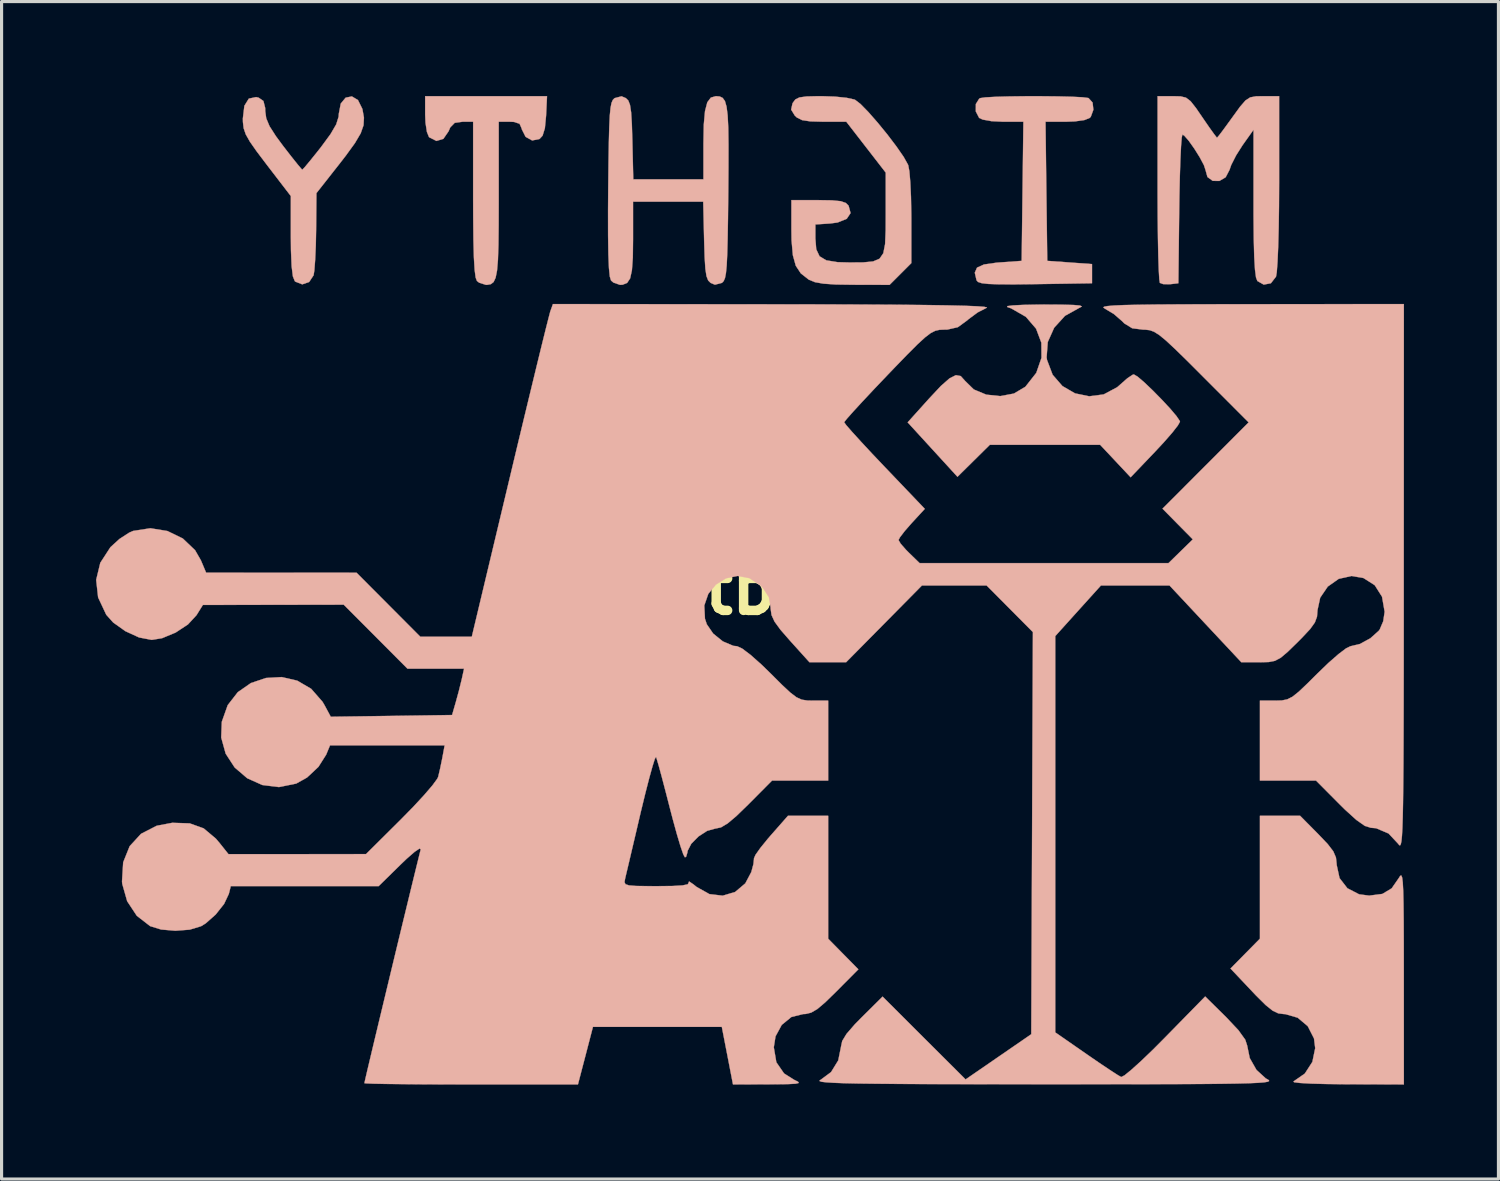
<source format=kicad_pcb>
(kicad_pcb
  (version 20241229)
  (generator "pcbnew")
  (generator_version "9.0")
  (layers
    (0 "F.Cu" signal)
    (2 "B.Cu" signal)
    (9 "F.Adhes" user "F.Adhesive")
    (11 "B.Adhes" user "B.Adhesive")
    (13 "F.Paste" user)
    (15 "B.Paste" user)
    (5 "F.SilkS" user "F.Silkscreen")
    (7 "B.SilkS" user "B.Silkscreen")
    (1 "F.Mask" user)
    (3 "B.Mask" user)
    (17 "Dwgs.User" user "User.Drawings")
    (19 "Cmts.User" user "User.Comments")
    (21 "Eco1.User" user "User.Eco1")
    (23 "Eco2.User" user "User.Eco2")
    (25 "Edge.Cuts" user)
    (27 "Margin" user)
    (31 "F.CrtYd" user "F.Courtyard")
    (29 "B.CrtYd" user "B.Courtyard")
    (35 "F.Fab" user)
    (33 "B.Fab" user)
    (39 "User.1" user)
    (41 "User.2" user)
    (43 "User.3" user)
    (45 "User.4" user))
  (footprint "testback"
    (layer "F.Cu")
    (at 20.718 15.651)
    (property "Reference" "testback" (at 0 0 0) (layer "F.SilkS") (effects (font (size 1.524 1.524) (thickness 0.3))))
    (attr through_hole)
    (fp_poly (pts (xy -6.421 -15.022) (xy -6.459 -14.627) (xy -6.532 -14.391) (xy -6.629 -14.286) (xy -6.862 -14.239) (xy -7.071 -14.354) (xy -7.192 -14.594) (xy -7.195 -14.615) (xy -7.262 -14.769) (xy -7.438 -14.828) (xy -7.576 -14.834) (xy -7.925 -14.834) (xy -7.925 -12.365) (xy -7.927 -11.551) (xy -7.934 -10.918) (xy -7.95 -10.443) (xy -7.979 -10.104) (xy -8.024 -9.878) (xy -8.088 -9.742) (xy -8.174 -9.675) (xy -8.286 -9.653) (xy -8.331 -9.652) (xy -8.545 -9.72) (xy -8.616 -9.774) (xy -8.658 -9.883) (xy -8.69 -10.128) (xy -8.714 -10.521) (xy -8.729 -11.079) (xy -8.736 -11.817) (xy -8.738 -12.365) (xy -8.738 -14.834) (xy -9.071 -14.834) (xy -9.323 -14.799) (xy -9.465 -14.654) (xy -9.519 -14.529) (xy -9.684 -14.29) (xy -9.905 -14.224) (xy -10.136 -14.342) (xy -10.14 -14.346) (xy -10.206 -14.509) (xy -10.251 -14.802) (xy -10.262 -15.057) (xy -10.262 -15.646) (xy -6.391 -15.646) (xy -6.421 -15.022)) (stroke (width 0.01) (type solid)) (fill yes) (layer "B.SilkS"))
    (fp_poly (pts (xy 9.839 -15.639) (xy 10.284 -15.628) (xy 10.621 -15.611) (xy 10.803 -15.588) (xy 10.812 -15.585) (xy 10.94 -15.443) (xy 10.965 -15.215) (xy 10.884 -14.994) (xy 10.851 -14.956) (xy 10.686 -14.889) (xy 10.381 -14.845) (xy 10.087 -14.834) (xy 9.445 -14.834) (xy 9.472 -12.624) (xy 9.5 -10.414) (xy 10.922 -10.312) (xy 10.922 -9.703) (xy 9.116 -9.675) (xy 8.454 -9.667) (xy 7.968 -9.669) (xy 7.632 -9.681) (xy 7.419 -9.705) (xy 7.301 -9.744) (xy 7.254 -9.796) (xy 7.198 -10.038) (xy 7.269 -10.199) (xy 7.49 -10.299) (xy 7.886 -10.356) (xy 7.977 -10.363) (xy 8.687 -10.414) (xy 8.742 -14.834) (xy 8.1 -14.834) (xy 7.731 -14.852) (xy 7.451 -14.902) (xy 7.336 -14.956) (xy 7.23 -15.162) (xy 7.232 -15.397) (xy 7.338 -15.566) (xy 7.374 -15.585) (xy 7.537 -15.608) (xy 7.859 -15.626) (xy 8.295 -15.638) (xy 8.799 -15.644) (xy 9.329 -15.644) (xy 9.839 -15.639)) (stroke (width 0.01) (type solid)) (fill yes) (layer "B.SilkS"))
    (fp_poly (pts (xy 18.113 7.801) (xy 18.411 8.114) (xy 18.587 8.344) (xy 18.671 8.54) (xy 18.694 8.753) (xy 18.694 8.774) (xy 18.785 9.194) (xy 19.034 9.516) (xy 19.408 9.709) (xy 19.728 9.75) (xy 20.146 9.696) (xy 20.442 9.518) (xy 20.673 9.185) (xy 20.714 9.12) (xy 20.748 9.111) (xy 20.774 9.177) (xy 20.794 9.336) (xy 20.808 9.605) (xy 20.817 10.003) (xy 20.823 10.548) (xy 20.826 11.256) (xy 20.827 12.147) (xy 20.827 12.319) (xy 20.828 15.748) (xy 18.974 15.742) (xy 18.372 15.735) (xy 17.884 15.722) (xy 17.532 15.702) (xy 17.34 15.678) (xy 17.323 15.652) (xy 17.682 15.403) (xy 17.922 15.032) (xy 18.012 14.596) (xy 17.974 14.288) (xy 17.776 13.899) (xy 17.455 13.628) (xy 17.061 13.514) (xy 17.017 13.513) (xy 16.838 13.49) (xy 16.657 13.403) (xy 16.436 13.225) (xy 16.136 12.928) (xy 16.005 12.789) (xy 15.322 12.066) (xy 15.789 11.592) (xy 16.256 11.118) (xy 16.256 7.214) (xy 17.532 7.214) (xy 18.113 7.801)) (stroke (width 0.01) (type solid)) (fill yes) (layer "B.SilkS"))
    (fp_poly (pts (xy -12.397 -15.523) (xy -12.258 -15.243) (xy -12.254 -15.227) (xy -12.207 -14.963) (xy -12.22 -14.722) (xy -12.31 -14.466) (xy -12.493 -14.156) (xy -12.785 -13.753) (xy -13.004 -13.471) (xy -13.716 -12.566) (xy -13.726 -11.388) (xy -13.736 -10.894) (xy -13.756 -10.454) (xy -13.781 -10.12) (xy -13.806 -9.957) (xy -13.947 -9.744) (xy -14.165 -9.668) (xy -14.386 -9.754) (xy -14.403 -9.77) (xy -14.464 -9.922) (xy -14.504 -10.245) (xy -14.525 -10.75) (xy -14.529 -11.184) (xy -14.529 -12.473) (xy -15.291 -13.465) (xy -15.614 -13.892) (xy -15.83 -14.201) (xy -15.961 -14.433) (xy -16.028 -14.628) (xy -16.051 -14.827) (xy -16.053 -14.938) (xy -16.005 -15.34) (xy -15.864 -15.568) (xy -15.633 -15.617) (xy -15.55 -15.597) (xy -15.4 -15.493) (xy -15.344 -15.271) (xy -15.342 -15.168) (xy -15.311 -14.943) (xy -15.206 -14.692) (xy -15.001 -14.372) (xy -14.769 -14.058) (xy -14.516 -13.732) (xy -14.313 -13.478) (xy -14.189 -13.332) (xy -14.165 -13.31) (xy -14.093 -13.384) (xy -13.927 -13.583) (xy -13.695 -13.871) (xy -13.569 -14.031) (xy -13.267 -14.442) (xy -13.088 -14.749) (xy -13.011 -14.993) (xy -13.005 -15.086) (xy -12.943 -15.41) (xy -12.788 -15.598) (xy -12.59 -15.638) (xy -12.397 -15.523)) (stroke (width 0.01) (type solid)) (fill yes) (layer "B.SilkS"))
    (fp_poly (pts (xy 9.958 -9.023) (xy 10.333 -9.013) (xy 10.541 -8.995) (xy 10.599 -8.965) (xy 10.527 -8.924) (xy 10.516 -8.92) (xy 10.063 -8.668) (xy 9.72 -8.291) (xy 9.516 -7.836) (xy 9.48 -7.35) (xy 9.492 -7.268) (xy 9.67 -6.797) (xy 9.981 -6.438) (xy 10.382 -6.205) (xy 10.833 -6.112) (xy 11.294 -6.172) (xy 11.721 -6.4) (xy 11.825 -6.491) (xy 12.043 -6.683) (xy 12.211 -6.795) (xy 12.25 -6.807) (xy 12.37 -6.737) (xy 12.584 -6.554) (xy 12.854 -6.296) (xy 13.14 -6.005) (xy 13.405 -5.72) (xy 13.607 -5.481) (xy 13.71 -5.327) (xy 13.716 -5.305) (xy 13.649 -5.185) (xy 13.469 -4.955) (xy 13.203 -4.65) (xy 12.932 -4.359) (xy 12.149 -3.539) (xy 11.664 -4.056) (xy 11.179 -4.572) (xy 7.677 -4.572) (xy 6.648 -3.555) (xy 5.066 -5.284) (xy 5.751 -6.045) (xy 6.121 -6.44) (xy 6.395 -6.681) (xy 6.597 -6.783) (xy 6.751 -6.755) (xy 6.881 -6.611) (xy 6.883 -6.607) (xy 7.167 -6.329) (xy 7.563 -6.164) (xy 8.008 -6.118) (xy 8.441 -6.199) (xy 8.801 -6.412) (xy 8.804 -6.414) (xy 9.151 -6.855) (xy 9.317 -7.334) (xy 9.313 -7.814) (xy 9.145 -8.26) (xy 8.822 -8.636) (xy 8.352 -8.906) (xy 8.233 -8.947) (xy 8.228 -8.976) (xy 8.404 -8.999) (xy 8.737 -9.016) (xy 9.205 -9.025) (xy 9.398 -9.026) (xy 9.958 -9.023)) (stroke (width 0.01) (type solid)) (fill yes) (layer "B.SilkS"))
    (fp_poly (pts (xy -0.905 -15.636) (xy -0.811 -15.591) (xy -0.739 -15.491) (xy -0.688 -15.313) (xy -0.653 -15.037) (xy -0.633 -14.642) (xy -0.626 -14.105) (xy -0.627 -13.406) (xy -0.633 -12.597) (xy -0.642 -11.769) (xy -0.653 -11.12) (xy -0.666 -10.629) (xy -0.683 -10.272) (xy -0.707 -10.025) (xy -0.738 -9.866) (xy -0.779 -9.772) (xy -0.83 -9.719) (xy -0.838 -9.714) (xy -1.057 -9.657) (xy -1.194 -9.714) (xy -1.271 -9.791) (xy -1.325 -9.929) (xy -1.361 -10.166) (xy -1.384 -10.536) (xy -1.4 -11.06) (xy -1.429 -12.294) (xy -3.658 -12.294) (xy -3.658 -11.095) (xy -3.665 -10.518) (xy -3.694 -10.116) (xy -3.751 -9.857) (xy -3.846 -9.714) (xy -3.987 -9.657) (xy -4.072 -9.652) (xy -4.282 -9.725) (xy -4.358 -9.791) (xy -4.396 -9.914) (xy -4.424 -10.187) (xy -4.442 -10.62) (xy -4.451 -11.225) (xy -4.452 -12.015) (xy -4.447 -12.701) (xy -4.438 -13.53) (xy -4.427 -14.178) (xy -4.414 -14.669) (xy -4.397 -15.027) (xy -4.373 -15.273) (xy -4.342 -15.432) (xy -4.301 -15.526) (xy -4.25 -15.579) (xy -4.242 -15.584) (xy -4.023 -15.642) (xy -3.886 -15.584) (xy -3.809 -15.508) (xy -3.755 -15.369) (xy -3.719 -15.132) (xy -3.696 -14.763) (xy -3.68 -14.239) (xy -3.651 -13.005) (xy -1.422 -13.005) (xy -1.422 -14.129) (xy -1.411 -14.74) (xy -1.372 -15.172) (xy -1.299 -15.452) (xy -1.186 -15.601) (xy -1.026 -15.646) (xy -1.025 -15.646) (xy -0.905 -15.636)) (stroke (width 0.01) (type solid)) (fill yes) (layer "B.SilkS"))
    (fp_poly (pts (xy 2.755 -15.632) (xy 3.124 -15.594) (xy 3.372 -15.54) (xy 3.395 -15.53) (xy 3.565 -15.4) (xy 3.815 -15.145) (xy 4.112 -14.806) (xy 4.421 -14.428) (xy 4.707 -14.051) (xy 4.937 -13.719) (xy 5.075 -13.473) (xy 5.084 -13.451) (xy 5.12 -13.258) (xy 5.15 -12.907) (xy 5.171 -12.444) (xy 5.181 -11.915) (xy 5.182 -11.769) (xy 5.182 -10.343) (xy 4.491 -9.652) (xy 3.338 -9.655) (xy 2.782 -9.663) (xy 2.389 -9.69) (xy 2.119 -9.738) (xy 1.932 -9.814) (xy 1.912 -9.827) (xy 1.672 -10.016) (xy 1.512 -10.258) (xy 1.419 -10.593) (xy 1.377 -11.065) (xy 1.372 -11.419) (xy 1.372 -12.344) (xy 2.224 -12.344) (xy 2.661 -12.337) (xy 2.939 -12.31) (xy 3.101 -12.254) (xy 3.189 -12.167) (xy 3.252 -11.933) (xy 3.13 -11.75) (xy 2.84 -11.633) (xy 2.606 -11.602) (xy 2.134 -11.571) (xy 2.134 -11.127) (xy 2.161 -10.784) (xy 2.266 -10.56) (xy 2.48 -10.431) (xy 2.838 -10.373) (xy 3.214 -10.363) (xy 3.656 -10.366) (xy 3.968 -10.396) (xy 4.173 -10.483) (xy 4.292 -10.657) (xy 4.349 -10.948) (xy 4.367 -11.386) (xy 4.369 -11.896) (xy 4.369 -13.218) (xy 3.743 -14.026) (xy 3.117 -14.834) (xy 2.387 -14.834) (xy 1.976 -14.845) (xy 1.713 -14.885) (xy 1.547 -14.967) (xy 1.481 -15.028) (xy 1.364 -15.219) (xy 1.407 -15.414) (xy 1.418 -15.435) (xy 1.498 -15.542) (xy 1.628 -15.606) (xy 1.854 -15.637) (xy 2.226 -15.646) (xy 2.336 -15.646) (xy 2.755 -15.632)) (stroke (width 0.01) (type solid)) (fill yes) (layer "B.SilkS"))
    (fp_poly (pts (xy 13.734 -15.64) (xy 13.906 -15.599) (xy 14.053 -15.487) (xy 14.224 -15.27) (xy 14.419 -14.986) (xy 14.632 -14.676) (xy 14.798 -14.444) (xy 14.886 -14.331) (xy 14.892 -14.326) (xy 14.959 -14.402) (xy 15.112 -14.605) (xy 15.324 -14.896) (xy 15.389 -14.986) (xy 15.627 -15.314) (xy 15.797 -15.51) (xy 15.948 -15.608) (xy 16.132 -15.642) (xy 16.363 -15.646) (xy 16.866 -15.646) (xy 16.866 -12.91) (xy 16.862 -12.152) (xy 16.852 -11.459) (xy 16.836 -10.86) (xy 16.815 -10.383) (xy 16.791 -10.055) (xy 16.767 -9.913) (xy 16.604 -9.703) (xy 16.377 -9.66) (xy 16.175 -9.774) (xy 16.132 -9.886) (xy 16.099 -10.136) (xy 16.075 -10.539) (xy 16.06 -11.108) (xy 16.053 -11.86) (xy 16.053 -12.237) (xy 16.053 -14.579) (xy 15.703 -14.087) (xy 15.499 -13.765) (xy 15.344 -13.46) (xy 15.29 -13.305) (xy 15.167 -13.07) (xy 14.969 -12.953) (xy 14.756 -12.956) (xy 14.589 -13.078) (xy 14.529 -13.295) (xy 14.477 -13.454) (xy 14.345 -13.702) (xy 14.172 -13.979) (xy 13.995 -14.229) (xy 13.851 -14.393) (xy 13.794 -14.427) (xy 13.772 -14.33) (xy 13.75 -14.058) (xy 13.73 -13.64) (xy 13.712 -13.103) (xy 13.698 -12.475) (xy 13.692 -12.065) (xy 13.665 -9.703) (xy 13.407 -9.673) (xy 13.185 -9.675) (xy 13.077 -9.715) (xy 13.059 -9.832) (xy 13.042 -10.125) (xy 13.027 -10.569) (xy 13.016 -11.138) (xy 13.008 -11.806) (xy 13.005 -12.546) (xy 13.005 -12.717) (xy 13.005 -15.646) (xy 13.488 -15.646) (xy 13.734 -15.64)) (stroke (width 0.01) (type solid)) (fill yes) (layer "B.SilkS"))
    (fp_poly (pts (xy 20.825 -0.33) (xy 20.825 1.202) (xy 20.824 2.542) (xy 20.822 3.704) (xy 20.819 4.699) (xy 20.815 5.54) (xy 20.809 6.238) (xy 20.802 6.805) (xy 20.793 7.254) (xy 20.782 7.598) (xy 20.768 7.847) (xy 20.752 8.015) (xy 20.732 8.113) (xy 20.71 8.153) (xy 20.684 8.149) (xy 20.654 8.111) (xy 20.653 8.109) (xy 20.343 7.777) (xy 19.947 7.609) (xy 19.78 7.595) (xy 19.589 7.535) (xy 19.321 7.347) (xy 18.957 7.017) (xy 18.783 6.845) (xy 18.039 6.096) (xy 17.148 6.096) (xy 16.256 6.096) (xy 16.256 3.556) (xy 16.741 3.556) (xy 16.952 3.55) (xy 17.122 3.516) (xy 17.291 3.431) (xy 17.494 3.268) (xy 17.771 3.005) (xy 18.085 2.692) (xy 18.435 2.355) (xy 18.749 2.08) (xy 18.993 1.895) (xy 19.129 1.829) (xy 19.433 1.756) (xy 19.765 1.575) (xy 20.029 1.339) (xy 20.06 1.299) (xy 20.173 1.034) (xy 20.218 0.733) (xy 20.135 0.255) (xy 19.903 -0.111) (xy 19.545 -0.339) (xy 19.167 -0.404) (xy 18.759 -0.313) (xy 18.41 -0.067) (xy 18.17 0.286) (xy 18.085 0.679) (xy 18.069 0.888) (xy 18.001 1.073) (xy 17.852 1.281) (xy 17.593 1.558) (xy 17.447 1.705) (xy 17.137 2.007) (xy 16.917 2.193) (xy 16.734 2.291) (xy 16.533 2.33) (xy 16.262 2.337) (xy 16.237 2.337) (xy 15.666 2.337) (xy 14.525 1.118) (xy 13.384 -0.102) (xy 11.205 -0.102) (xy 10.479 0.702) (xy 9.754 1.506) (xy 9.754 14.094) (xy 10.743 14.781) (xy 11.14 15.054) (xy 11.483 15.284) (xy 11.733 15.446) (xy 11.85 15.513) (xy 11.956 15.459) (xy 12.176 15.279) (xy 12.488 14.997) (xy 12.865 14.635) (xy 13.242 14.256) (xy 14.517 12.954) (xy 15.183 13.611) (xy 15.57 14.022) (xy 15.79 14.327) (xy 15.85 14.511) (xy 15.932 14.91) (xy 16.146 15.287) (xy 16.443 15.558) (xy 16.492 15.584) (xy 16.541 15.614) (xy 16.548 15.64) (xy 16.501 15.663) (xy 16.386 15.682) (xy 16.191 15.697) (xy 15.903 15.71) (xy 15.509 15.72) (xy 14.996 15.728) (xy 14.351 15.734) (xy 13.561 15.738) (xy 12.614 15.74) (xy 11.497 15.741) (xy 10.196 15.742) (xy 9.398 15.742) (xy 7.981 15.741) (xy 6.755 15.739) (xy 5.708 15.737) (xy 4.826 15.732) (xy 4.099 15.726) (xy 3.512 15.719) (xy 3.055 15.709) (xy 2.715 15.696) (xy 2.478 15.681) (xy 2.334 15.664) (xy 2.269 15.642) (xy 2.271 15.618) (xy 2.305 15.599) (xy 2.632 15.356) (xy 2.86 14.986) (xy 2.946 14.561) (xy 2.946 14.556) (xy 2.987 14.367) (xy 3.124 14.142) (xy 3.381 13.845) (xy 3.608 13.614) (xy 4.269 12.958) (xy 5.587 14.274) (xy 6.906 15.589) (xy 7.949 14.871) (xy 8.992 14.153) (xy 9.018 7.765) (xy 9.044 1.378) (xy 8.309 0.638) (xy 7.574 -0.102) (xy 5.519 -0.102) (xy 4.314 1.118) (xy 3.109 2.337) (xy 1.947 2.337) (xy 1.329 1.652) (xy 1.023 1.301) (xy 0.836 1.044) (xy 0.741 0.836) (xy 0.712 0.631) (xy 0.711 0.593) (xy 0.659 0.27) (xy 0.474 -0.014) (xy 0.399 -0.094) (xy 0.041 -0.335) (xy -0.338 -0.406) (xy -0.706 -0.33) (xy -1.027 -0.131) (xy -1.268 0.165) (xy -1.395 0.534) (xy -1.374 0.953) (xy -1.315 1.131) (xy -1.112 1.427) (xy -0.805 1.674) (xy -0.473 1.815) (xy -0.353 1.828) (xy -0.192 1.901) (xy 0.078 2.105) (xy 0.429 2.417) (xy 0.711 2.692) (xy 1.078 3.058) (xy 1.34 3.302) (xy 1.535 3.45) (xy 1.701 3.525) (xy 1.876 3.552) (xy 2.055 3.556) (xy 2.54 3.556) (xy 2.54 6.096) (xy 1.648 6.096) (xy 0.757 6.096) (xy 0 6.858) (xy -0.377 7.224) (xy -0.654 7.457) (xy -0.864 7.582) (xy -1.039 7.62) (xy -1.047 7.62) (xy -1.304 7.692) (xy -1.58 7.871) (xy -1.809 8.103) (xy -1.926 8.33) (xy -1.93 8.374) (xy -1.972 8.514) (xy -2.01 8.534) (xy -2.061 8.441) (xy -2.15 8.184) (xy -2.266 7.796) (xy -2.399 7.311) (xy -2.484 6.985) (xy -2.622 6.449) (xy -2.745 5.98) (xy -2.844 5.617) (xy -2.91 5.394) (xy -2.928 5.343) (xy -2.966 5.407) (xy -3.04 5.641) (xy -3.144 6.016) (xy -3.269 6.503) (xy -3.408 7.075) (xy -3.419 7.121) (xy -3.56 7.724) (xy -3.689 8.271) (xy -3.796 8.727) (xy -3.874 9.056) (xy -3.912 9.22) (xy -3.929 9.322) (xy -3.899 9.387) (xy -3.788 9.425) (xy -3.562 9.443) (xy -3.187 9.448) (xy -2.892 9.449) (xy -2.4 9.444) (xy -2.085 9.425) (xy -1.923 9.391) (xy -1.887 9.338) (xy -1.894 9.322) (xy -1.875 9.301) (xy -1.738 9.394) (xy -1.639 9.474) (xy -1.232 9.702) (xy -0.81 9.752) (xy -0.415 9.634) (xy -0.092 9.361) (xy 0.098 9.002) (xy 0.166 8.749) (xy 0.184 8.58) (xy 0.182 8.569) (xy 0.231 8.456) (xy 0.387 8.235) (xy 0.621 7.947) (xy 0.708 7.846) (xy 1.264 7.214) (xy 2.54 7.214) (xy 2.54 11.118) (xy 3.019 11.605) (xy 3.499 12.092) (xy 2.793 12.802) (xy 2.447 13.14) (xy 2.196 13.353) (xy 2 13.467) (xy 1.82 13.51) (xy 1.745 13.513) (xy 1.371 13.606) (xy 1.066 13.856) (xy 0.868 14.22) (xy 0.813 14.568) (xy 0.894 15.044) (xy 1.139 15.399) (xy 1.461 15.602) (xy 1.583 15.662) (xy 1.607 15.701) (xy 1.51 15.725) (xy 1.266 15.738) (xy 0.852 15.743) (xy 0.648 15.744) (xy -0.483 15.748) (xy -0.66 14.834) (xy -0.838 13.919) (xy -4.932 13.919) (xy -5.17 14.834) (xy -5.409 15.748) (xy -8.801 15.748) (xy -9.608 15.747) (xy -10.346 15.744) (xy -10.992 15.738) (xy -11.523 15.732) (xy -11.914 15.724) (xy -12.142 15.714) (xy -12.192 15.708) (xy -12.169 15.602) (xy -12.105 15.325) (xy -12.005 14.904) (xy -11.877 14.366) (xy -11.726 13.736) (xy -11.559 13.042) (xy -11.383 12.31) (xy -11.204 11.566) (xy -11.028 10.838) (xy -10.861 10.151) (xy -10.711 9.533) (xy -10.583 9.009) (xy -10.484 8.607) (xy -10.421 8.353) (xy -10.402 8.28) (xy -10.439 8.253) (xy -10.595 8.358) (xy -10.849 8.579) (xy -11.041 8.763) (xy -11.74 9.449) (xy -16.437 9.449) (xy -16.499 9.695) (xy -16.649 10.013) (xy -16.916 10.35) (xy -17.233 10.631) (xy -17.381 10.722) (xy -17.741 10.831) (xy -18.196 10.866) (xy -18.649 10.827) (xy -18.999 10.719) (xy -19.422 10.391) (xy -19.728 9.928) (xy -19.884 9.379) (xy -19.892 9.303) (xy -19.855 8.692) (xy -19.649 8.18) (xy -19.288 7.787) (xy -18.79 7.531) (xy -18.294 7.437) (xy -17.741 7.455) (xy -17.298 7.614) (xy -16.911 7.939) (xy -16.793 8.078) (xy -16.51 8.433) (xy -14.326 8.432) (xy -12.141 8.431) (xy -11.027 7.324) (xy -10.635 6.924) (xy -10.295 6.556) (xy -10.033 6.251) (xy -9.878 6.039) (xy -9.849 5.979) (xy -9.787 5.715) (xy -9.72 5.391) (xy -9.714 5.359) (xy -9.643 4.978) (xy -13.285 4.978) (xy -13.406 5.271) (xy -13.652 5.659) (xy -14.015 5.999) (xy -14.358 6.191) (xy -14.907 6.302) (xy -15.436 6.236) (xy -15.915 6.021) (xy -16.313 5.68) (xy -16.599 5.241) (xy -16.741 4.728) (xy -16.722 4.228) (xy -16.534 3.699) (xy -16.214 3.287) (xy -15.797 2.997) (xy -15.319 2.836) (xy -14.817 2.808) (xy -14.327 2.921) (xy -13.883 3.18) (xy -13.523 3.591) (xy -13.461 3.696) (xy -13.261 4.068) (xy -11.334 4.041) (xy -9.407 4.013) (xy -9.289 3.605) (xy -9.192 3.249) (xy -9.108 2.91) (xy -9.098 2.868) (xy -9.026 2.54) (xy -10.824 2.54) (xy -11.836 1.524) (xy -12.849 0.508) (xy -17.323 0.516) (xy -17.526 0.842) (xy -17.798 1.136) (xy -18.19 1.394) (xy -18.619 1.572) (xy -18.948 1.626) (xy -19.35 1.549) (xy -19.784 1.35) (xy -20.172 1.074) (xy -20.393 0.827) (xy -20.651 0.278) (xy -20.713 -0.281) (xy -20.582 -0.822) (xy -20.26 -1.318) (xy -20.257 -1.321) (xy -19.973 -1.58) (xy -19.665 -1.78) (xy -19.539 -1.835) (xy -18.99 -1.92) (xy -18.449 -1.832) (xy -17.96 -1.594) (xy -17.571 -1.223) (xy -17.385 -0.899) (xy -17.221 -0.51) (xy -14.832 -0.509) (xy -12.442 -0.508) (xy -11.43 0.508) (xy -10.418 1.524) (xy -8.78 1.524) (xy -7.573 -3.531) (xy -7.337 -4.519) (xy -7.113 -5.451) (xy -6.905 -6.31) (xy -6.72 -7.074) (xy -6.561 -7.724) (xy -6.433 -8.241) (xy -6.341 -8.604) (xy -6.291 -8.795) (xy -6.285 -8.814) (xy -6.203 -9.042) (xy 0.836 -9.034) (xy 2.311 -9.032) (xy 3.59 -9.027) (xy 4.678 -9.021) (xy 5.583 -9.012) (xy 6.312 -9.001) (xy 6.869 -8.988) (xy 7.263 -8.972) (xy 7.499 -8.954) (xy 7.585 -8.933) (xy 7.569 -8.92) (xy 7.292 -8.778) (xy 7.002 -8.564) (xy 6.955 -8.522) (xy 6.659 -8.307) (xy 6.328 -8.232) (xy 6.227 -8.23) (xy 6.078 -8.224) (xy 5.944 -8.194) (xy 5.799 -8.121) (xy 5.62 -7.985) (xy 5.383 -7.768) (xy 5.064 -7.449) (xy 4.639 -7.01) (xy 4.429 -6.791) (xy 4.004 -6.345) (xy 3.633 -5.949) (xy 3.335 -5.625) (xy 3.134 -5.398) (xy 3.049 -5.29) (xy 3.048 -5.286) (xy 3.115 -5.194) (xy 3.301 -4.981) (xy 3.583 -4.671) (xy 3.94 -4.287) (xy 4.329 -3.877) (xy 5.61 -2.536) (xy 5.192 -2.083) (xy 4.971 -1.83) (xy 4.82 -1.632) (xy 4.775 -1.546) (xy 4.842 -1.431) (xy 5.012 -1.237) (xy 5.11 -1.138) (xy 5.445 -0.813) (xy 9.399 -0.813) (xy 13.352 -0.813) (xy 13.738 -1.19) (xy 14.124 -1.567) (xy 13.643 -2.054) (xy 13.162 -2.542) (xy 14.53 -3.913) (xy 15.898 -5.283) (xy 14.427 -6.756) (xy 13.93 -7.253) (xy 13.551 -7.623) (xy 13.268 -7.886) (xy 13.057 -8.059) (xy 12.894 -8.162) (xy 12.756 -8.212) (xy 12.619 -8.228) (xy 12.541 -8.23) (xy 12.199 -8.273) (xy 11.946 -8.429) (xy 11.88 -8.497) (xy 11.614 -8.727) (xy 11.328 -8.899) (xy 11.282 -8.93) (xy 11.304 -8.957) (xy 11.412 -8.978) (xy 11.617 -8.996) (xy 11.937 -9.01) (xy 12.384 -9.02) (xy 12.974 -9.028) (xy 13.721 -9.033) (xy 14.64 -9.036) (xy 15.745 -9.038) (xy 15.926 -9.038) (xy 20.828 -9.042) (xy 20.825 -0.33)) (stroke (width 0.01) (type solid)) (fill yes) (layer "B.SilkS")))
  (gr_rect
    (start -3 -3)
    (end 44.551 34.404)
    (stroke (width 0.1) (type default))
    (fill no)
    (layer "Edge.Cuts")))
</source>
